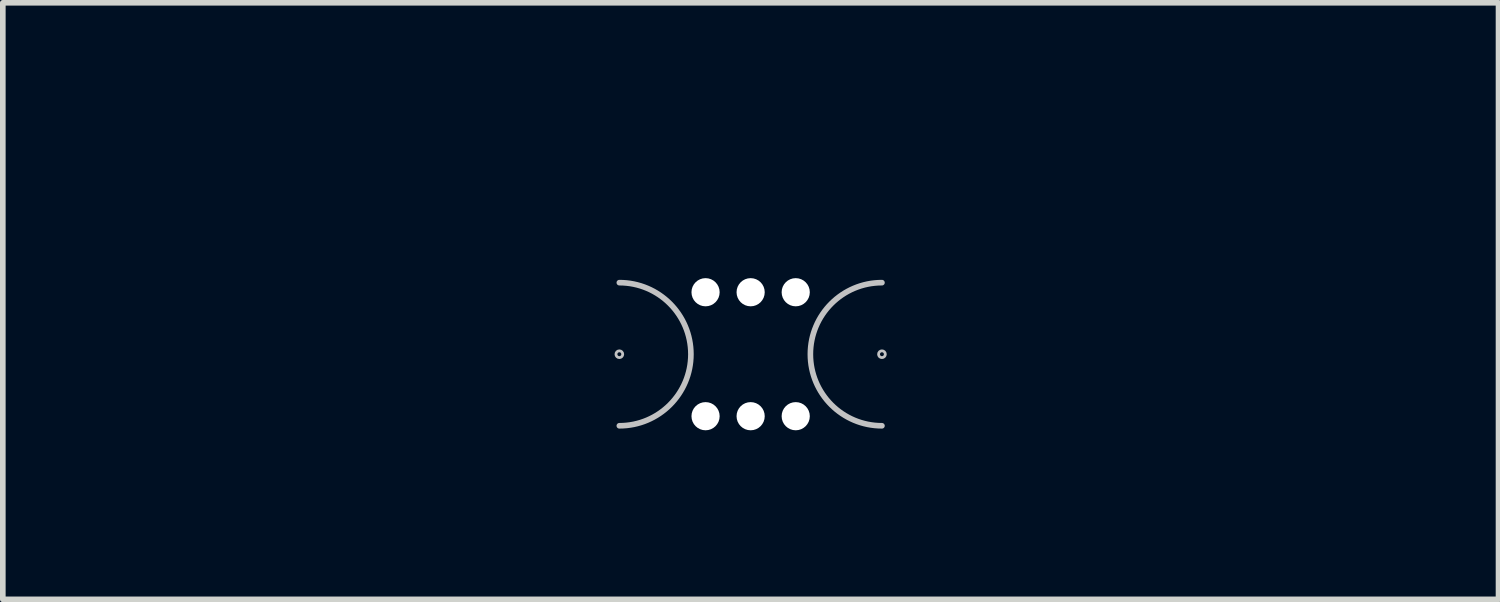
<source format=kicad_pcb>
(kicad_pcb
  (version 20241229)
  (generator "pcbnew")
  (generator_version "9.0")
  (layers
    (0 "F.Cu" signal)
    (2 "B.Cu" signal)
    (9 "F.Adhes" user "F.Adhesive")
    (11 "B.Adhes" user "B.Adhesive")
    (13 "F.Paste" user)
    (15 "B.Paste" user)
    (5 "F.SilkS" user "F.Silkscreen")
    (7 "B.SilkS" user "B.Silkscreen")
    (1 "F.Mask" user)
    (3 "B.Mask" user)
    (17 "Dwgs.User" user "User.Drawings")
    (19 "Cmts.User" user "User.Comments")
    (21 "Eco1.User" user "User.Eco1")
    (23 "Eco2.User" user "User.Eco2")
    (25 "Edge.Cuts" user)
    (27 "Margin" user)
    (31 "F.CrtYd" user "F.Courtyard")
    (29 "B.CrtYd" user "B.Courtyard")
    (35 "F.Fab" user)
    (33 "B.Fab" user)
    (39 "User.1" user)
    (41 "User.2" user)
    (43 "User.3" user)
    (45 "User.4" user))
  (footprint "mouse-bite-2.54mm-slot"
    (layer "F.Cu")
    (at 10.271 3.236)
    (property "Reference" "mouse-bite-2.54mm-slot" (at 0 -2.3 0) (layer "Eco1.User") (effects (font (size 1 1) (thickness 0.2))))
    (attr through_hole)
    (fp_arc (start -2.33 -1.27) (mid -1.06 0) (end -2.33 1.27) (stroke (width 0.1) (type solid)) (layer "Dwgs.User"))
    (fp_arc (start 2.33 1.27) (mid 1.06 0) (end 2.33 -1.27) (stroke (width 0.1) (type solid)) (layer "Dwgs.User"))
    (fp_circle (center -2.33 0) (end -2.27 0) (stroke (width 0.05) (type solid)) (fill no) (layer "Dwgs.User"))
    (fp_circle (center 2.33 0) (end 2.33 -0.06) (stroke (width 0.05) (type solid)) (fill no) (layer "Dwgs.User"))
    (pad "" np_thru_hole circle (at -0.8 -1.1) (size 0.5 0.5) (drill 0.5) (layers "*.Cu" "*.Mask"))
    (pad "" np_thru_hole circle (at -0.8 1.1) (size 0.5 0.5) (drill 0.5) (layers "*.Cu" "*.Mask"))
    (pad "" np_thru_hole circle (at 0 -1.1) (size 0.5 0.5) (drill 0.5) (layers "*.Cu" "*.Mask"))
    (pad "" np_thru_hole circle (at 0 1.1) (size 0.5 0.5) (drill 0.5) (layers "*.Cu" "*.Mask"))
    (pad "" np_thru_hole circle (at 0.8 -1.1) (size 0.5 0.5) (drill 0.5) (layers "*.Cu" "*.Mask"))
    (pad "" np_thru_hole circle (at 0.8 1.1) (size 0.5 0.5) (drill 0.5) (layers "*.Cu" "*.Mask")))
  (gr_rect
    (start -3 -3)
    (end 23.543 7.586)
    (stroke (width 0.1) (type default))
    (fill no)
    (layer "Edge.Cuts")))
</source>
